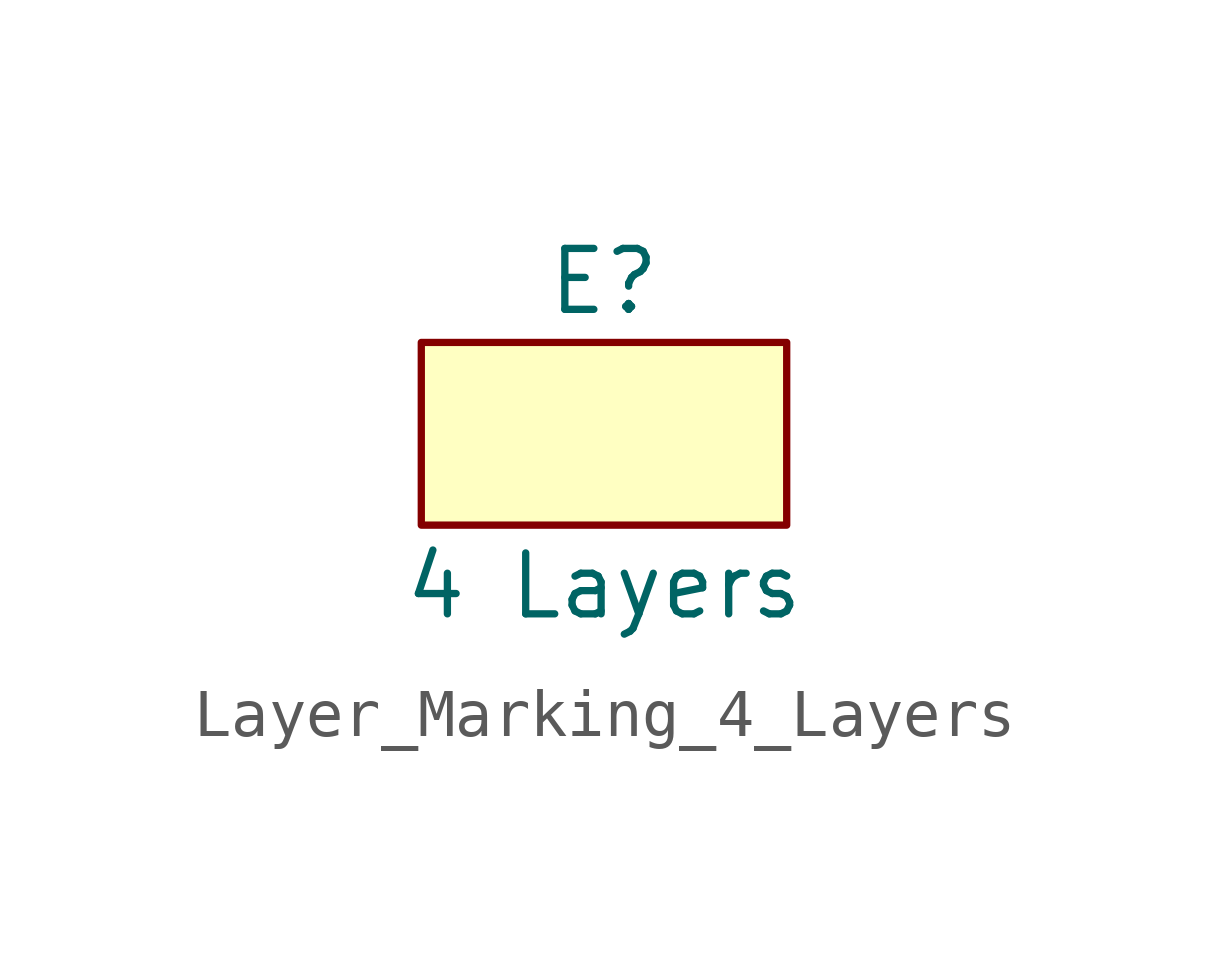
<source format=kicad_sym>
(kicad_symbol_lib
  (version 20220914)
  (generator kicad_symbol_editor)
  (symbol "Layer_Marking_4_Layers"
    (property "Reference" "E"
      (at 0 2.54 0)
      (effects (font (size 1.27 1.27))))
    (property "Value" "4 Layers"
      (at 0 -3.81 0)
      (effects (font (size 1.27 1.27))))
    (symbol "Layer_Marking_4_Layers_1_1"
      (rectangle (start -3.81 1.27) (end 3.81 -2.54) (stroke (width 0) (type default)) (fill (type background))))))
</source>
